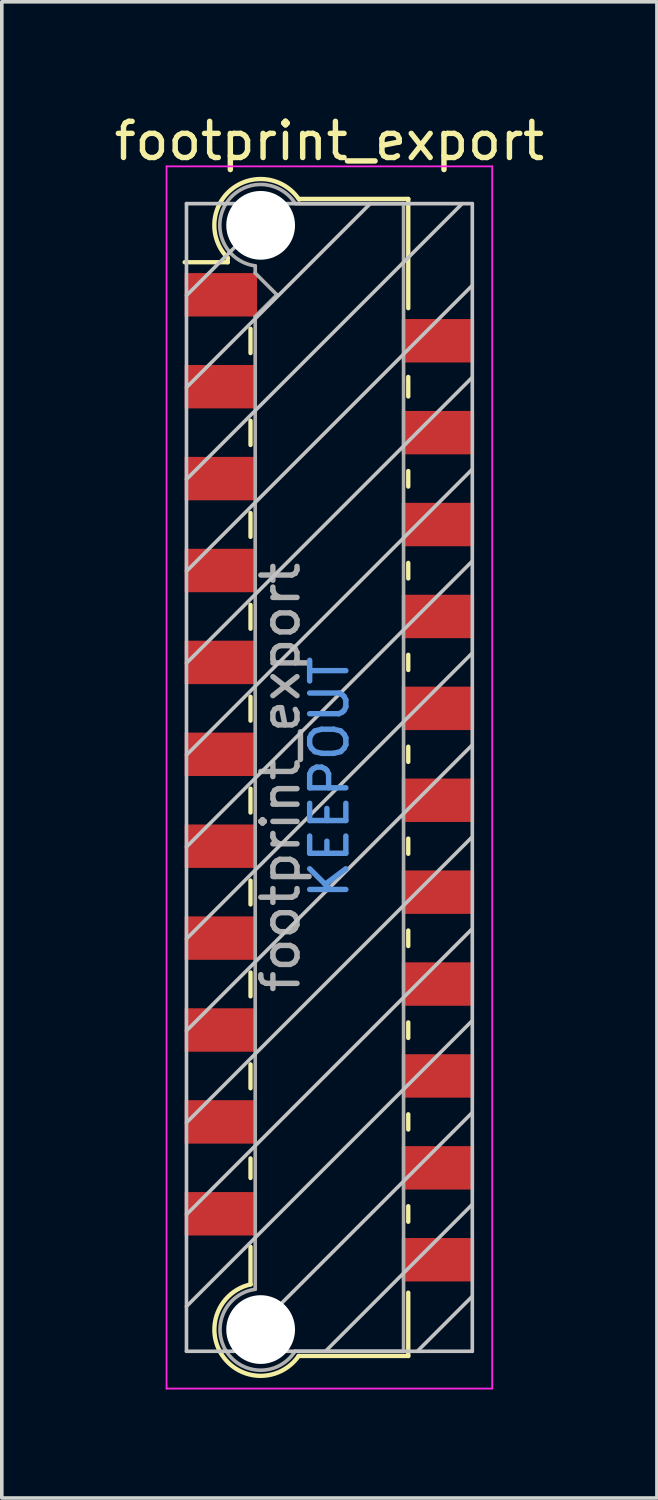
<source format=kicad_pcb>
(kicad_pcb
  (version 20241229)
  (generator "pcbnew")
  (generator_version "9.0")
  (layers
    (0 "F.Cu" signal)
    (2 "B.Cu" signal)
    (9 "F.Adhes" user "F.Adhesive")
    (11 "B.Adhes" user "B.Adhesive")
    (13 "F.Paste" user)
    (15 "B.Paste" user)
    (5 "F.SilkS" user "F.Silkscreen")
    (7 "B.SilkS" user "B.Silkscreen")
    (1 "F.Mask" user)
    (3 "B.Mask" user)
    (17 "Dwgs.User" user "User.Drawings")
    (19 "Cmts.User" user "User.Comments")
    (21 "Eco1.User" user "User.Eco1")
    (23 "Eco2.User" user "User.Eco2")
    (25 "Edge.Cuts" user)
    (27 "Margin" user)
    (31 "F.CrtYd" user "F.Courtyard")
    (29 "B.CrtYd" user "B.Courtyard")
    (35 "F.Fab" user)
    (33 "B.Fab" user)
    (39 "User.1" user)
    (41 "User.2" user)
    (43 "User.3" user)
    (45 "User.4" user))
  (footprint "footprint_export"
    (layer "F.Cu")
    (at 6.054 18.438)
    (property "Reference" "footprint_export" (at 0 -17.59 0) (layer "F.SilkS") (effects (font (size 1 1) (thickness 0.15))))
    (attr smd)
    (fp_line (start -2.81 -14.36) (end -2.81 -14.24) (stroke (width 0.12) (type solid)) (layer "F.SilkS"))
    (fp_line (start -2.81 -14.24) (end -4 -14.24) (stroke (width 0.12) (type solid)) (layer "F.SilkS"))
    (fp_line (start -2.18 -11.73) (end -2.18 -12.4) (stroke (width 0.12) (type solid)) (layer "F.SilkS"))
    (fp_line (start -2.18 -9.19) (end -2.18 -9.86) (stroke (width 0.12) (type solid)) (layer "F.SilkS"))
    (fp_line (start -2.18 -6.65) (end -2.18 -7.31) (stroke (width 0.12) (type solid)) (layer "F.SilkS"))
    (fp_line (start -2.18 -4.11) (end -2.18 -4.77) (stroke (width 0.12) (type solid)) (layer "F.SilkS"))
    (fp_line (start -2.18 -1.57) (end -2.18 -2.23) (stroke (width 0.12) (type solid)) (layer "F.SilkS"))
    (fp_line (start -2.18 0.97) (end -2.18 0.31) (stroke (width 0.12) (type solid)) (layer "F.SilkS"))
    (fp_line (start -2.18 3.51) (end -2.18 2.85) (stroke (width 0.12) (type solid)) (layer "F.SilkS"))
    (fp_line (start -2.18 6.05) (end -2.18 5.39) (stroke (width 0.12) (type solid)) (layer "F.SilkS"))
    (fp_line (start -2.18 8.59) (end -2.18 7.93) (stroke (width 0.12) (type solid)) (layer "F.SilkS"))
    (fp_line (start -2.18 11.07) (end -2.18 10.53) (stroke (width 0.12) (type solid)) (layer "F.SilkS"))
    (fp_line (start -2.18 14.01) (end -2.18 12.97) (stroke (width 0.12) (type solid)) (layer "F.SilkS"))
    (fp_line (start 2.18 -15.99) (end -0.82 -15.99) (stroke (width 0.12) (type solid)) (layer "F.SilkS"))
    (fp_line (start 2.18 -15.99) (end 2.18 -12.97) (stroke (width 0.12) (type solid)) (layer "F.SilkS"))
    (fp_line (start 2.18 -11.07) (end 2.18 -10.53) (stroke (width 0.12) (type solid)) (layer "F.SilkS"))
    (fp_line (start 2.18 -8.47) (end 2.18 -8.04) (stroke (width 0.12) (type solid)) (layer "F.SilkS"))
    (fp_line (start 2.18 -5.93) (end 2.18 -5.5) (stroke (width 0.12) (type solid)) (layer "F.SilkS"))
    (fp_line (start 2.18 -3.39) (end 2.18 -2.97) (stroke (width 0.12) (type solid)) (layer "F.SilkS"))
    (fp_line (start 2.18 -0.85) (end 2.18 -0.43) (stroke (width 0.12) (type solid)) (layer "F.SilkS"))
    (fp_line (start 2.18 1.69) (end 2.18 2.11) (stroke (width 0.12) (type solid)) (layer "F.SilkS"))
    (fp_line (start 2.18 4.23) (end 2.18 4.66) (stroke (width 0.12) (type solid)) (layer "F.SilkS"))
    (fp_line (start 2.18 6.77) (end 2.18 7.2) (stroke (width 0.12) (type solid)) (layer "F.SilkS"))
    (fp_line (start 2.18 9.31) (end 2.18 9.73) (stroke (width 0.12) (type solid)) (layer "F.SilkS"))
    (fp_line (start 2.18 11.85) (end 2.18 12.28) (stroke (width 0.12) (type solid)) (layer "F.SilkS"))
    (fp_line (start 2.18 14.24) (end 2.18 15.99) (stroke (width 0.12) (type solid)) (layer "F.SilkS"))
    (fp_line (start 2.18 15.99) (end -0.85 15.99) (stroke (width 0.12) (type solid)) (layer "F.SilkS"))
    (fp_arc (start -2.81 -14.36) (mid -2.708637 -16.252072) (end -0.834991 -15.969828) (stroke (width 0.12) (type solid)) (layer "F.SilkS"))
    (fp_arc (start -0.85 15.99) (mid -2.962791 15.971248) (end -2.174424 14.010964) (stroke (width 0.12) (type solid)) (layer "F.SilkS"))
    (fp_line (start -3.95 -15.86) (end -3.95 15.86) (stroke (width 0.1) (type solid)) (layer "Dwgs.User"))
    (fp_line (start -3.95 -13.32) (end -1.41 -15.86) (stroke (width 0.1) (type solid)) (layer "Dwgs.User"))
    (fp_line (start -3.95 -10.78) (end 1.13 -15.86) (stroke (width 0.1) (type solid)) (layer "Dwgs.User"))
    (fp_line (start -3.95 -8.24) (end 3.67 -15.86) (stroke (width 0.1) (type solid)) (layer "Dwgs.User"))
    (fp_line (start -3.95 -5.7) (end 3.95 -13.6) (stroke (width 0.1) (type solid)) (layer "Dwgs.User"))
    (fp_line (start -3.95 -3.16) (end 3.95 -11.06) (stroke (width 0.1) (type solid)) (layer "Dwgs.User"))
    (fp_line (start -3.95 -0.62) (end 3.95 -8.52) (stroke (width 0.1) (type solid)) (layer "Dwgs.User"))
    (fp_line (start -3.95 1.92) (end 3.95 -5.98) (stroke (width 0.1) (type solid)) (layer "Dwgs.User"))
    (fp_line (start -3.95 4.46) (end 3.95 -3.44) (stroke (width 0.1) (type solid)) (layer "Dwgs.User"))
    (fp_line (start -3.95 7) (end 3.95 -0.9) (stroke (width 0.1) (type solid)) (layer "Dwgs.User"))
    (fp_line (start -3.95 9.54) (end 3.95 1.64) (stroke (width 0.1) (type solid)) (layer "Dwgs.User"))
    (fp_line (start -3.95 12.08) (end 3.95 4.18) (stroke (width 0.1) (type solid)) (layer "Dwgs.User"))
    (fp_line (start -3.95 14.62) (end 3.95 6.72) (stroke (width 0.1) (type solid)) (layer "Dwgs.User"))
    (fp_line (start -3.95 15.86) (end 3.95 15.86) (stroke (width 0.1) (type solid)) (layer "Dwgs.User"))
    (fp_line (start -2.65 15.86) (end 3.95 9.26) (stroke (width 0.1) (type solid)) (layer "Dwgs.User"))
    (fp_line (start -0.11 15.86) (end 3.95 11.8) (stroke (width 0.1) (type solid)) (layer "Dwgs.User"))
    (fp_line (start 2.43 15.86) (end 3.95 14.34) (stroke (width 0.1) (type solid)) (layer "Dwgs.User"))
    (fp_line (start 3.95 -15.86) (end -3.95 -15.86) (stroke (width 0.1) (type solid)) (layer "Dwgs.User"))
    (fp_line (start 3.95 15.86) (end 3.95 -15.86) (stroke (width 0.1) (type solid)) (layer "Dwgs.User"))
    (fp_line (start -4.5 -16.89) (end -4.5 16.89) (stroke (width 0.05) (type solid)) (layer "F.CrtYd"))
    (fp_line (start -4.5 16.89) (end 4.5 16.89) (stroke (width 0.05) (type solid)) (layer "F.CrtYd"))
    (fp_line (start 4.5 -16.89) (end -4.5 -16.89) (stroke (width 0.05) (type solid)) (layer "F.CrtYd"))
    (fp_line (start 4.5 16.89) (end 4.5 -16.89) (stroke (width 0.05) (type solid)) (layer "F.CrtYd"))
    (fp_line (start -2.05 -13.94) (end -2.05 -14.14) (stroke (width 0.1) (type solid)) (layer "F.Fab"))
    (fp_line (start -2.05 -12.74) (end -1.45 -13.34) (stroke (width 0.1) (type solid)) (layer "F.Fab"))
    (fp_line (start -2.05 14.14) (end -2.05 -12.74) (stroke (width 0.1) (type solid)) (layer "F.Fab"))
    (fp_line (start -1.45 -13.34) (end -2.05 -13.94) (stroke (width 0.1) (type solid)) (layer "F.Fab"))
    (fp_line (start 2.05 -15.86) (end -0.93 -15.86) (stroke (width 0.1) (type solid)) (layer "F.Fab"))
    (fp_line (start 2.05 -15.86) (end 2.05 15.86) (stroke (width 0.1) (type solid)) (layer "F.Fab"))
    (fp_line (start 2.05 15.86) (end -0.95 15.86) (stroke (width 0.1) (type solid)) (layer "F.Fab"))
    (fp_arc (start -2.05 -14.14) (mid -2.851672 -15.869279) (end -0.945612 -15.865015) (stroke (width 0.1) (type solid)) (layer "F.Fab"))
    (fp_arc (start -0.95 15.86) (mid -2.845272 15.867422) (end -2.051022 14.146585) (stroke (width 0.1) (type solid)) (layer "F.Fab"))
    (fp_text user "KEEPOUT" (at 0 0 90) (layer "Cmts.User") (effects (font (size 1 1) (thickness 0.15))))
    (fp_text user "${REFERENCE}" (at -1.35 0 90) (layer "F.Fab") (effects (font (size 1 1) (thickness 0.15))))
    (pad "" np_thru_hole circle (at -1.9 -15.26) (size 1.9 1.9) (drill 1.9) (layers "*.Cu" "*.Mask"))
    (pad "" np_thru_hole circle (at -1.9 15.26) (size 1.9 1.9) (drill 1.9) (layers "*.Cu" "*.Mask"))
    (pad "1" smd rect (at -3 -13.34) (size 2 1.2) (layers "F.Cu" "F.Mask" "F.Paste"))
    (pad "2" smd rect (at 3 -12.07) (size 2 1.2) (layers "F.Cu" "F.Mask" "F.Paste"))
    (pad "3" smd rect (at -3 -10.8) (size 2 1.2) (layers "F.Cu" "F.Mask" "F.Paste"))
    (pad "4" smd rect (at 3 -9.53) (size 2 1.2) (layers "F.Cu" "F.Mask" "F.Paste"))
    (pad "5" smd rect (at -3 -8.26) (size 2 1.2) (layers "F.Cu" "F.Mask" "F.Paste"))
    (pad "6" smd rect (at 3 -6.99) (size 2 1.2) (layers "F.Cu" "F.Mask" "F.Paste"))
    (pad "7" smd rect (at -3 -5.72) (size 2 1.2) (layers "F.Cu" "F.Mask" "F.Paste"))
    (pad "8" smd rect (at 3 -4.45) (size 2 1.2) (layers "F.Cu" "F.Mask" "F.Paste"))
    (pad "9" smd rect (at -3 -3.18) (size 2 1.2) (layers "F.Cu" "F.Mask" "F.Paste"))
    (pad "10" smd rect (at 3 -1.91) (size 2 1.2) (layers "F.Cu" "F.Mask" "F.Paste"))
    (pad "11" smd rect (at -3 -0.64) (size 2 1.2) (layers "F.Cu" "F.Mask" "F.Paste"))
    (pad "12" smd rect (at 3 0.63) (size 2 1.2) (layers "F.Cu" "F.Mask" "F.Paste"))
    (pad "13" smd rect (at -3 1.9) (size 2 1.2) (layers "F.Cu" "F.Mask" "F.Paste"))
    (pad "14" smd rect (at 3 3.17) (size 2 1.2) (layers "F.Cu" "F.Mask" "F.Paste"))
    (pad "15" smd rect (at -3 4.44) (size 2 1.2) (layers "F.Cu" "F.Mask" "F.Paste"))
    (pad "16" smd rect (at 3 5.71) (size 2 1.2) (layers "F.Cu" "F.Mask" "F.Paste"))
    (pad "17" smd rect (at -3 6.98) (size 2 1.2) (layers "F.Cu" "F.Mask" "F.Paste"))
    (pad "18" smd rect (at 3 8.25) (size 2 1.2) (layers "F.Cu" "F.Mask" "F.Paste"))
    (pad "19" smd rect (at -3 9.52) (size 2 1.2) (layers "F.Cu" "F.Mask" "F.Paste"))
    (pad "20" smd rect (at 3 10.79) (size 2 1.2) (layers "F.Cu" "F.Mask" "F.Paste"))
    (pad "21" smd rect (at -3 12.06) (size 2 1.2) (layers "F.Cu" "F.Mask" "F.Paste"))
    (pad "22" smd rect (at 3 13.33) (size 2 1.2) (layers "F.Cu" "F.Mask" "F.Paste")))
  (gr_rect
    (start -3 -3)
    (end 15.107 38.353)
    (stroke (width 0.1) (type default))
    (fill no)
    (layer "Edge.Cuts")))
</source>
